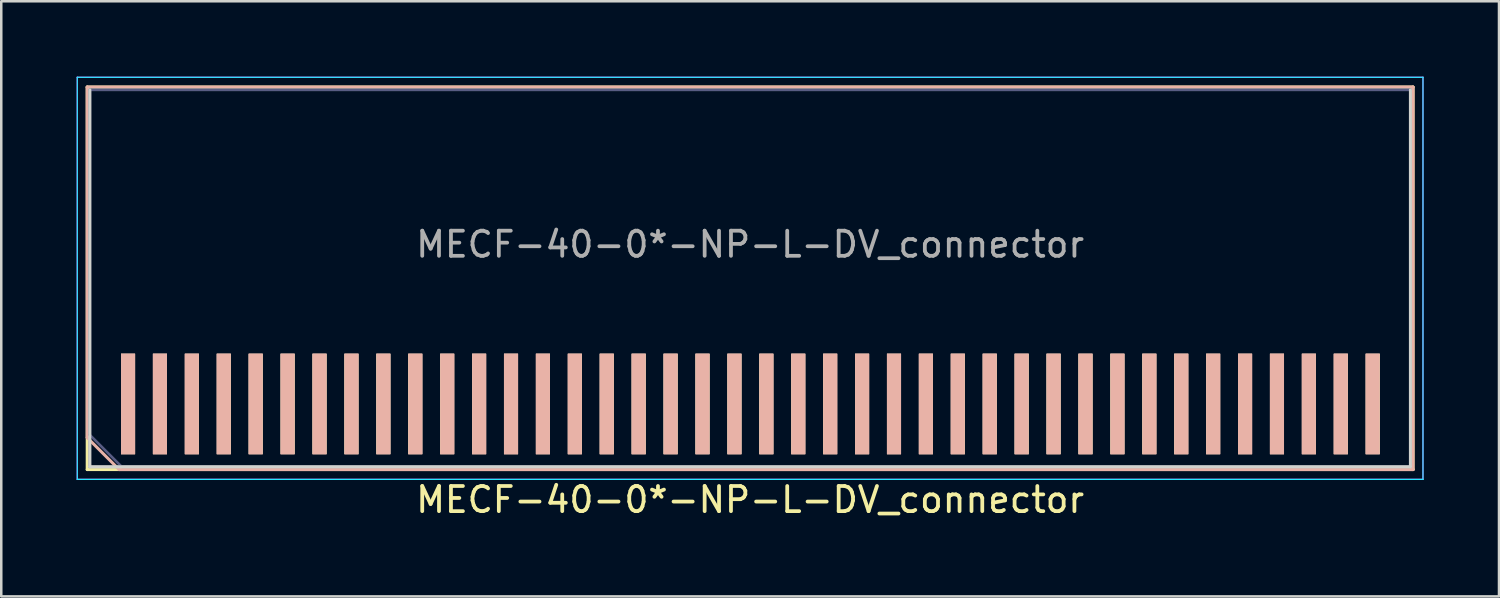
<source format=kicad_pcb>
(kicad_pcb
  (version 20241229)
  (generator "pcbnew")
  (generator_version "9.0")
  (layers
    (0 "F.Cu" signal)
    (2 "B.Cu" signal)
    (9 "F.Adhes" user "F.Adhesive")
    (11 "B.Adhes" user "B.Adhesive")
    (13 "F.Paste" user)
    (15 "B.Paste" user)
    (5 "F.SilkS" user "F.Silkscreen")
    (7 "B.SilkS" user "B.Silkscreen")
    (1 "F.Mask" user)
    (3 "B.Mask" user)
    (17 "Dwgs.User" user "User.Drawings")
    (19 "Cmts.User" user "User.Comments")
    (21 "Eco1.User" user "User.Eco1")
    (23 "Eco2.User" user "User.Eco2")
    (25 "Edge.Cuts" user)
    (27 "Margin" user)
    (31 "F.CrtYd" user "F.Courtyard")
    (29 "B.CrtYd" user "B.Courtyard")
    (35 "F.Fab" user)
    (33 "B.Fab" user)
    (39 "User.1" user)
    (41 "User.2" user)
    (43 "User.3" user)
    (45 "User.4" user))
  (footprint "MECF-40-0*-NP-L-DV_connector"
    (layer "F.Cu")
    (at 26.8 13.025)
    (property "Reference" "MECF-40-0*-NP-L-DV_connector" (at 0 3.81 0) (layer "F.SilkS") (effects (font (size 1 1) (thickness 0.15))))
    (attr through_hole)
    (fp_line (start -26.38 -12.61) (end 26.38 -12.61) (stroke (width 0.12) (type solid)) (layer "F.SilkS"))
    (fp_line (start -26.38 2.61) (end -26.38 -12.61) (stroke (width 0.12) (type solid)) (layer "F.SilkS"))
    (fp_line (start -26.38 2.61) (end 26.38 2.61) (stroke (width 0.12) (type solid)) (layer "F.SilkS"))
    (fp_line (start 26.38 2.61) (end 26.38 -12.61) (stroke (width 0.12) (type solid)) (layer "F.SilkS"))
    (fp_line (start -26.38 -12.61) (end 26.38 -12.61) (stroke (width 0.12) (type solid)) (layer "B.SilkS"))
    (fp_line (start -26.38 1.34) (end -26.38 -12.61) (stroke (width 0.12) (type solid)) (layer "B.SilkS"))
    (fp_line (start -25.11 2.61) (end -26.38 1.34) (stroke (width 0.12) (type solid)) (layer "B.SilkS"))
    (fp_line (start -25.11 2.61) (end 26.38 2.61) (stroke (width 0.12) (type solid)) (layer "B.SilkS"))
    (fp_line (start 26.38 2.61) (end 26.38 -12.61) (stroke (width 0.12) (type solid)) (layer "B.SilkS"))
    (fp_line (start -26.275 2.5) (end -26.275 -12.5) (stroke (width 0.12) (type solid)) (layer "Edge.Cuts"))
    (fp_line (start -26.275 2.5) (end 26.275 2.5) (stroke (width 0.12) (type solid)) (layer "Edge.Cuts"))
    (fp_line (start 26.275 2.5) (end 26.275 -12.5) (stroke (width 0.12) (type solid)) (layer "Edge.Cuts"))
    (fp_line (start -26.775 -13) (end -26.775 3) (stroke (width 0.05) (type solid)) (layer "B.CrtYd"))
    (fp_line (start -26.775 3) (end 26.775 3) (stroke (width 0.05) (type solid)) (layer "B.CrtYd"))
    (fp_line (start 26.775 -13) (end -26.775 -13) (stroke (width 0.05) (type solid)) (layer "B.CrtYd"))
    (fp_line (start 26.775 3) (end 26.775 -13) (stroke (width 0.05) (type solid)) (layer "B.CrtYd"))
    (fp_line (start -26.775 -13) (end -26.775 3) (stroke (width 0.05) (type solid)) (layer "F.CrtYd"))
    (fp_line (start -26.775 3) (end 26.775 3) (stroke (width 0.05) (type solid)) (layer "F.CrtYd"))
    (fp_line (start 26.775 -13) (end -26.775 -13) (stroke (width 0.05) (type solid)) (layer "F.CrtYd"))
    (fp_line (start 26.775 3) (end 26.775 -13) (stroke (width 0.05) (type solid)) (layer "F.CrtYd"))
    (fp_line (start -26.275 -12.5) (end 26.275 -12.5) (stroke (width 0.1) (type solid)) (layer "B.Fab"))
    (fp_line (start -26.275 1.23) (end -26.275 -12.5) (stroke (width 0.1) (type solid)) (layer "B.Fab"))
    (fp_line (start -26.275 1.23) (end -25.005 2.5) (stroke (width 0.1) (type solid)) (layer "B.Fab"))
    (fp_line (start -25.005 2.5) (end 26.275 2.5) (stroke (width 0.1) (type solid)) (layer "B.Fab"))
    (fp_line (start 26.275 2.5) (end 26.275 -12.5) (stroke (width 0.1) (type solid)) (layer "B.Fab"))
    (fp_line (start -26.275 -12.5) (end 26.275 -12.5) (stroke (width 0.1) (type solid)) (layer "F.Fab"))
    (fp_line (start -26.275 2.5) (end -26.275 -12.5) (stroke (width 0.1) (type solid)) (layer "F.Fab"))
    (fp_line (start -26.275 2.5) (end 26.275 2.5) (stroke (width 0.1) (type solid)) (layer "F.Fab"))
    (fp_line (start 26.275 2.5) (end 26.275 -12.5) (stroke (width 0.1) (type solid)) (layer "F.Fab"))
    (fp_text user "${REFERENCE}" (at 0 -6.35 0) (layer "F.Fab") (effects (font (size 1 1) (thickness 0.15))))
    (pad "1" smd rect (at -24.755 0) (size 0.56 4) (layers "F.Cu" "F.Mask" "F.SilkS"))
    (pad "2" smd rect (at -24.755 0) (size 0.56 4) (layers "B.Cu" "B.Mask" "B.SilkS"))
    (pad "3" smd rect (at -23.485 0) (size 0.56 4) (layers "F.Cu" "F.Mask" "F.SilkS"))
    (pad "4" smd rect (at -23.485 0) (size 0.56 4) (layers "B.Cu" "B.Mask" "B.SilkS"))
    (pad "5" smd rect (at -22.215 0) (size 0.56 4) (layers "F.Cu" "F.Mask" "F.SilkS"))
    (pad "6" smd rect (at -22.215 0) (size 0.56 4) (layers "B.Cu" "B.Mask" "B.SilkS"))
    (pad "7" smd rect (at -20.945 0) (size 0.56 4) (layers "F.Cu" "F.Mask" "F.SilkS"))
    (pad "8" smd rect (at -20.945 0) (size 0.56 4) (layers "B.Cu" "B.Mask" "B.SilkS"))
    (pad "9" smd rect (at -19.675 0) (size 0.56 4) (layers "F.Cu" "F.Mask" "F.SilkS"))
    (pad "10" smd rect (at -19.675 0) (size 0.56 4) (layers "B.Cu" "B.Mask" "B.SilkS"))
    (pad "11" smd rect (at -18.405 0) (size 0.56 4) (layers "F.Cu" "F.Mask" "F.SilkS"))
    (pad "12" smd rect (at -18.405 0) (size 0.56 4) (layers "B.Cu" "B.Mask" "B.SilkS"))
    (pad "13" smd rect (at -17.135 0) (size 0.56 4) (layers "F.Cu" "F.Mask" "F.SilkS"))
    (pad "14" smd rect (at -17.135 0) (size 0.56 4) (layers "B.Cu" "B.Mask" "B.SilkS"))
    (pad "15" smd rect (at -15.865 0) (size 0.56 4) (layers "F.Cu" "F.Mask" "F.SilkS"))
    (pad "16" smd rect (at -15.865 0) (size 0.56 4) (layers "B.Cu" "B.Mask" "B.SilkS"))
    (pad "17" smd rect (at -14.595 0) (size 0.56 4) (layers "F.Cu" "F.Mask" "F.SilkS"))
    (pad "18" smd rect (at -14.595 0) (size 0.56 4) (layers "B.Cu" "B.Mask" "B.SilkS"))
    (pad "19" smd rect (at -13.325 0) (size 0.56 4) (layers "F.Cu" "F.Mask" "F.SilkS"))
    (pad "20" smd rect (at -13.325 0) (size 0.56 4) (layers "B.Cu" "B.Mask" "B.SilkS"))
    (pad "21" smd rect (at -12.055 0) (size 0.56 4) (layers "F.Cu" "F.Mask" "F.SilkS"))
    (pad "22" smd rect (at -12.055 0) (size 0.56 4) (layers "B.Cu" "B.Mask" "B.SilkS"))
    (pad "23" smd rect (at -10.785 0) (size 0.56 4) (layers "F.Cu" "F.Mask" "F.SilkS"))
    (pad "24" smd rect (at -10.785 0) (size 0.56 4) (layers "B.Cu" "B.Mask" "B.SilkS"))
    (pad "25" smd rect (at -9.515 0) (size 0.56 4) (layers "F.Cu" "F.Mask" "F.SilkS"))
    (pad "26" smd rect (at -9.515 0) (size 0.56 4) (layers "B.Cu" "B.Mask" "B.SilkS"))
    (pad "27" smd rect (at -8.245 0) (size 0.56 4) (layers "F.Cu" "F.Mask" "F.SilkS"))
    (pad "28" smd rect (at -8.245 0) (size 0.56 4) (layers "B.Cu" "B.Mask" "B.SilkS"))
    (pad "29" smd rect (at -6.975 0) (size 0.56 4) (layers "F.Cu" "F.Mask" "F.SilkS"))
    (pad "30" smd rect (at -6.975 0) (size 0.56 4) (layers "B.Cu" "B.Mask" "B.SilkS"))
    (pad "31" smd rect (at -5.705 0) (size 0.56 4) (layers "F.Cu" "F.Mask" "F.SilkS"))
    (pad "32" smd rect (at -5.705 0) (size 0.56 4) (layers "B.Cu" "B.Mask" "B.SilkS"))
    (pad "33" smd rect (at -4.435 0) (size 0.56 4) (layers "F.Cu" "F.Mask" "F.SilkS"))
    (pad "34" smd rect (at -4.435 0) (size 0.56 4) (layers "B.Cu" "B.Mask" "B.SilkS"))
    (pad "35" smd rect (at -3.165 0) (size 0.56 4) (layers "F.Cu" "F.Mask" "F.SilkS"))
    (pad "36" smd rect (at -3.165 0) (size 0.56 4) (layers "B.Cu" "B.Mask" "B.SilkS"))
    (pad "37" smd rect (at -1.895 0) (size 0.56 4) (layers "F.Cu" "F.Mask" "F.SilkS"))
    (pad "38" smd rect (at -1.895 0) (size 0.56 4) (layers "B.Cu" "B.Mask" "B.SilkS"))
    (pad "39" smd rect (at -0.625 0) (size 0.56 4) (layers "F.Cu" "F.Mask" "F.SilkS"))
    (pad "40" smd rect (at -0.625 0) (size 0.56 4) (layers "B.Cu" "B.Mask" "B.SilkS"))
    (pad "41" smd rect (at 0.645 0) (size 0.56 4) (layers "F.Cu" "F.Mask" "F.SilkS"))
    (pad "42" smd rect (at 0.645 0) (size 0.56 4) (layers "B.Cu" "B.Mask" "B.SilkS"))
    (pad "43" smd rect (at 1.915 0) (size 0.56 4) (layers "F.Cu" "F.Mask" "F.SilkS"))
    (pad "44" smd rect (at 1.915 0) (size 0.56 4) (layers "B.Cu" "B.Mask" "B.SilkS"))
    (pad "45" smd rect (at 3.185 0) (size 0.56 4) (layers "F.Cu" "F.Mask" "F.SilkS"))
    (pad "46" smd rect (at 3.185 0) (size 0.56 4) (layers "B.Cu" "B.Mask" "B.SilkS"))
    (pad "47" smd rect (at 4.455 0) (size 0.56 4) (layers "F.Cu" "F.Mask" "F.SilkS"))
    (pad "48" smd rect (at 4.455 0) (size 0.56 4) (layers "B.Cu" "B.Mask" "B.SilkS"))
    (pad "49" smd rect (at 5.725 0) (size 0.56 4) (layers "F.Cu" "F.Mask" "F.SilkS"))
    (pad "50" smd rect (at 5.725 0) (size 0.56 4) (layers "B.Cu" "B.Mask" "B.SilkS"))
    (pad "51" smd rect (at 6.995 0) (size 0.56 4) (layers "F.Cu" "F.Mask" "F.SilkS"))
    (pad "52" smd rect (at 6.995 0) (size 0.56 4) (layers "B.Cu" "B.Mask" "B.SilkS"))
    (pad "53" smd rect (at 8.265 0) (size 0.56 4) (layers "F.Cu" "F.Mask" "F.SilkS"))
    (pad "54" smd rect (at 8.265 0) (size 0.56 4) (layers "B.Cu" "B.Mask" "B.SilkS"))
    (pad "55" smd rect (at 9.535 0) (size 0.56 4) (layers "F.Cu" "F.Mask" "F.SilkS"))
    (pad "56" smd rect (at 9.535 0) (size 0.56 4) (layers "B.Cu" "B.Mask" "B.SilkS"))
    (pad "57" smd rect (at 10.805 0) (size 0.56 4) (layers "F.Cu" "F.Mask" "F.SilkS"))
    (pad "58" smd rect (at 10.805 0) (size 0.56 4) (layers "B.Cu" "B.Mask" "B.SilkS"))
    (pad "59" smd rect (at 12.075 0) (size 0.56 4) (layers "F.Cu" "F.Mask" "F.SilkS"))
    (pad "60" smd rect (at 12.075 0) (size 0.56 4) (layers "B.Cu" "B.Mask" "B.SilkS"))
    (pad "61" smd rect (at 13.345 0) (size 0.56 4) (layers "F.Cu" "F.Mask" "F.SilkS"))
    (pad "62" smd rect (at 13.345 0) (size 0.56 4) (layers "B.Cu" "B.Mask" "B.SilkS"))
    (pad "63" smd rect (at 14.615 0) (size 0.56 4) (layers "F.Cu" "F.Mask" "F.SilkS"))
    (pad "64" smd rect (at 14.615 0) (size 0.56 4) (layers "B.Cu" "B.Mask" "B.SilkS"))
    (pad "65" smd rect (at 15.885 0) (size 0.56 4) (layers "F.Cu" "F.Mask" "F.SilkS"))
    (pad "66" smd rect (at 15.885 0) (size 0.56 4) (layers "B.Cu" "B.Mask" "B.SilkS"))
    (pad "67" smd rect (at 17.155 0) (size 0.56 4) (layers "F.Cu" "F.Mask" "F.SilkS"))
    (pad "68" smd rect (at 17.155 0) (size 0.56 4) (layers "B.Cu" "B.Mask" "B.SilkS"))
    (pad "69" smd rect (at 18.425 0) (size 0.56 4) (layers "F.Cu" "F.Mask" "F.SilkS"))
    (pad "70" smd rect (at 18.425 0) (size 0.56 4) (layers "B.Cu" "B.Mask" "B.SilkS"))
    (pad "71" smd rect (at 19.695 0) (size 0.56 4) (layers "F.Cu" "F.Mask" "F.SilkS"))
    (pad "72" smd rect (at 19.695 0) (size 0.56 4) (layers "B.Cu" "B.Mask" "B.SilkS"))
    (pad "73" smd rect (at 20.965 0) (size 0.56 4) (layers "F.Cu" "F.Mask" "F.SilkS"))
    (pad "74" smd rect (at 20.965 0) (size 0.56 4) (layers "B.Cu" "B.Mask" "B.SilkS"))
    (pad "75" smd rect (at 22.235 0) (size 0.56 4) (layers "F.Cu" "F.Mask" "F.SilkS"))
    (pad "76" smd rect (at 22.235 0) (size 0.56 4) (layers "B.Cu" "B.Mask" "B.SilkS"))
    (pad "77" smd rect (at 23.505 0) (size 0.56 4) (layers "F.Cu" "F.Mask" "F.SilkS"))
    (pad "78" smd rect (at 23.505 0) (size 0.56 4) (layers "B.Cu" "B.Mask" "B.SilkS"))
    (pad "79" smd rect (at 24.775 0) (size 0.56 4) (layers "F.Cu" "F.Mask" "F.SilkS"))
    (pad "80" smd rect (at 24.775 0) (size 0.56 4) (layers "B.Cu" "B.Mask" "B.SilkS")))
  (gr_rect
    (start -3 -3)
    (end 56.6 20.683)
    (stroke (width 0.1) (type default))
    (fill no)
    (layer "Edge.Cuts")))
</source>
